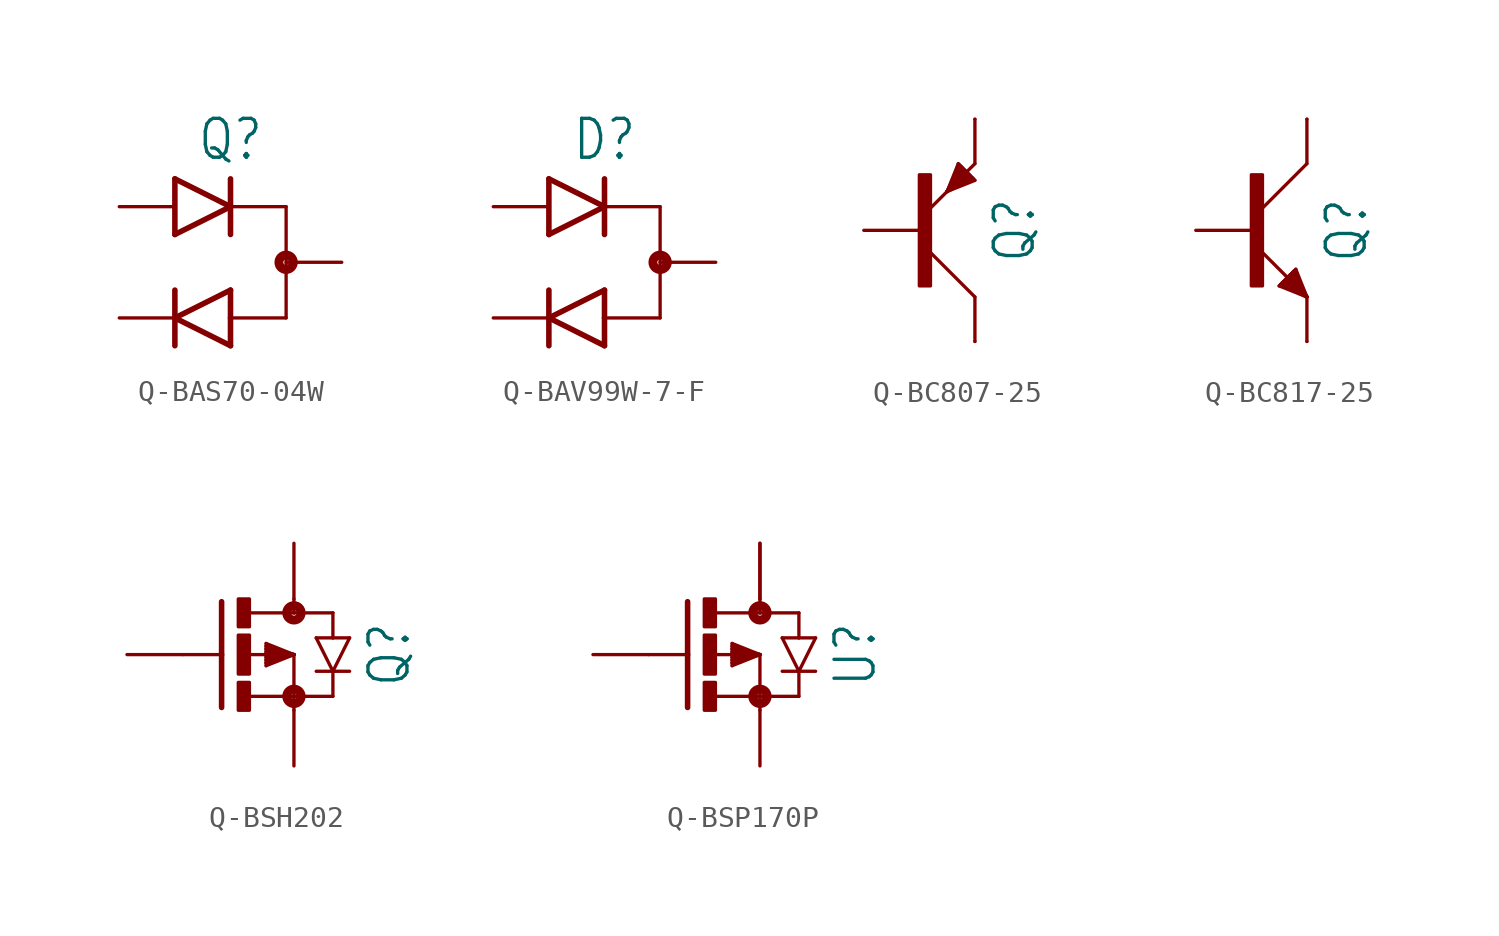
<source format=kicad_sym>
(kicad_symbol_lib
  (version 20231120)
  (generator "kicad_symbol_editor")
  (generator_version "8.0")
  (symbol "Q-BAS70-04W"
    (property "Reference" "Q"
      (at 0 4.572 0)
      (effects (font (size 1.778 1.511)) (justify bottom)))
    (property "Value" ""
      (at -2.54 -0.508 0)
      (effects (font (size 1.778 1.511)) (justify bottom)))
    (property "ki_locked" ""
      (at 0 0 0)
      (effects (font (size 1.27 1.27))))
    (symbol "Q-BAS70-04W_1_0"
      (polyline (pts (xy -2.54 -3.81) (xy -2.54 -2.54)) (stroke (width 0.254) (type solid)) (fill (type none)))
      (polyline (pts (xy -2.54 -2.54) (xy -2.54 -1.27)) (stroke (width 0.254) (type solid)) (fill (type none)))
      (polyline (pts (xy -2.54 -2.54) (xy 0 -3.81)) (stroke (width 0.254) (type solid)) (fill (type none)))
      (polyline (pts (xy -2.54 1.27) (xy 0 2.54)) (stroke (width 0.254) (type solid)) (fill (type none)))
      (polyline (pts (xy -2.54 3.81) (xy -2.54 1.27)) (stroke (width 0.254) (type solid)) (fill (type none)))
      (polyline (pts (xy 0 -3.81) (xy 0 -2.54)) (stroke (width 0.254) (type solid)) (fill (type none)))
      (polyline (pts (xy 0 -2.54) (xy 0 -1.27)) (stroke (width 0.254) (type solid)) (fill (type none)))
      (polyline (pts (xy 0 -2.54) (xy 2.54 -2.54)) (stroke (width 0.152) (type solid)) (fill (type none)))
      (polyline (pts (xy 0 -1.27) (xy -2.54 -2.54)) (stroke (width 0.254) (type solid)) (fill (type none)))
      (polyline (pts (xy 0 2.54) (xy -2.54 3.81)) (stroke (width 0.254) (type solid)) (fill (type none)))
      (polyline (pts (xy 0 2.54) (xy 0 1.27)) (stroke (width 0.254) (type solid)) (fill (type none)))
      (polyline (pts (xy 0 2.54) (xy 2.54 2.54)) (stroke (width 0.152) (type solid)) (fill (type none)))
      (polyline (pts (xy 0 3.81) (xy 0 2.54)) (stroke (width 0.254) (type solid)) (fill (type none)))
      (polyline (pts (xy 2.54 -2.54) (xy 2.54 2.54)) (stroke (width 0.152) (type solid)) (fill (type none)))
      (circle (center 2.54 0) (radius 0.127) (stroke (width 0.406) (type solid)) (fill (type none)))
      (pin passive line (at -5.08 2.54 0) (length 2.54) (name "A1" (effects (font (size 0 0)))) (number "1" (effects (font (size 0 0)))))
      (pin passive line (at -5.08 -2.54 0) (length 2.54) (name "K2" (effects (font (size 0 0)))) (number "2" (effects (font (size 0 0)))))
      (pin passive line (at 5.08 0 180) (length 2.54) (name "C" (effects (font (size 0 0)))) (number "3" (effects (font (size 0 0)))))))
  (symbol "Q-BAV99W-7-F"
    (property "Reference" "D"
      (at 0 4.572 0)
      (effects (font (size 1.778 1.511)) (justify bottom)))
    (property "Value" ""
      (at -2.54 -0.508 0)
      (effects (font (size 1.778 1.511)) (justify bottom)))
    (property "ki_locked" ""
      (at 0 0 0)
      (effects (font (size 1.27 1.27))))
    (symbol "Q-BAV99W-7-F_1_0"
      (polyline (pts (xy -2.54 -3.81) (xy -2.54 -2.54)) (stroke (width 0.254) (type solid)) (fill (type none)))
      (polyline (pts (xy -2.54 -2.54) (xy -2.54 -1.27)) (stroke (width 0.254) (type solid)) (fill (type none)))
      (polyline (pts (xy -2.54 -2.54) (xy 0 -3.81)) (stroke (width 0.254) (type solid)) (fill (type none)))
      (polyline (pts (xy -2.54 1.27) (xy 0 2.54)) (stroke (width 0.254) (type solid)) (fill (type none)))
      (polyline (pts (xy -2.54 3.81) (xy -2.54 1.27)) (stroke (width 0.254) (type solid)) (fill (type none)))
      (polyline (pts (xy 0 -3.81) (xy 0 -2.54)) (stroke (width 0.254) (type solid)) (fill (type none)))
      (polyline (pts (xy 0 -2.54) (xy 0 -1.27)) (stroke (width 0.254) (type solid)) (fill (type none)))
      (polyline (pts (xy 0 -2.54) (xy 2.54 -2.54)) (stroke (width 0.152) (type solid)) (fill (type none)))
      (polyline (pts (xy 0 -1.27) (xy -2.54 -2.54)) (stroke (width 0.254) (type solid)) (fill (type none)))
      (polyline (pts (xy 0 2.54) (xy -2.54 3.81)) (stroke (width 0.254) (type solid)) (fill (type none)))
      (polyline (pts (xy 0 2.54) (xy 0 1.27)) (stroke (width 0.254) (type solid)) (fill (type none)))
      (polyline (pts (xy 0 2.54) (xy 2.54 2.54)) (stroke (width 0.152) (type solid)) (fill (type none)))
      (polyline (pts (xy 0 3.81) (xy 0 2.54)) (stroke (width 0.254) (type solid)) (fill (type none)))
      (polyline (pts (xy 2.54 -2.54) (xy 2.54 2.54)) (stroke (width 0.152) (type solid)) (fill (type none)))
      (circle (center 2.54 0) (radius 0.127) (stroke (width 0.406) (type solid)) (fill (type none)))
      (pin passive line (at -5.08 2.54 0) (length 2.54) (name "A1" (effects (font (size 0 0)))) (number "1" (effects (font (size 0 0)))))
      (pin passive line (at -5.08 -2.54 0) (length 2.54) (name "K2" (effects (font (size 0 0)))) (number "2" (effects (font (size 0 0)))))
      (pin passive line (at 5.08 0 180) (length 2.54) (name "C" (effects (font (size 0 0)))) (number "3" (effects (font (size 0 0)))))))
  (symbol "Q-BC807-25"
    (property "Reference" "Q"
      (at 3.302 0 90)
      (effects (font (size 1.778 1.511)) (justify top)))
    (property "Value" ""
      (at 5.842 0 90)
      (effects (font (size 1.778 1.511)) (justify top)))
    (property "ki_locked" ""
      (at 0 0 0)
      (effects (font (size 1.27 1.27))))
    (symbol "Q-BC807-25_1_0"
      (rectangle (start 0 -2.54) (end 0.508 2.54) (stroke (width 0) (type default)) (fill (type outline)))
      (polyline (pts (xy 1.27 1.778) (xy 0.254 0.762)) (stroke (width 0.152) (type solid)) (fill (type none)))
      (polyline (pts (xy 1.27 1.778) (xy 1.778 3.048)) (stroke (width 0.152) (type solid)) (fill (type none)))
      (polyline (pts (xy 1.27 1.778) (xy 1.841 2.985)) (stroke (width 0.152) (type solid)) (fill (type none)))
      (polyline (pts (xy 1.27 1.778) (xy 1.905 2.921)) (stroke (width 0.152) (type solid)) (fill (type none)))
      (polyline (pts (xy 1.27 1.778) (xy 1.968 2.857)) (stroke (width 0.152) (type solid)) (fill (type none)))
      (polyline (pts (xy 1.27 1.778) (xy 2.032 2.794)) (stroke (width 0.152) (type solid)) (fill (type none)))
      (polyline (pts (xy 1.27 1.778) (xy 2.095 2.731)) (stroke (width 0.152) (type solid)) (fill (type none)))
      (polyline (pts (xy 1.27 1.778) (xy 2.223 2.603)) (stroke (width 0.152) (type solid)) (fill (type none)))
      (polyline (pts (xy 1.27 1.778) (xy 2.286 2.54)) (stroke (width 0.152) (type solid)) (fill (type none)))
      (polyline (pts (xy 1.27 1.778) (xy 2.349 2.477)) (stroke (width 0.152) (type solid)) (fill (type none)))
      (polyline (pts (xy 1.27 1.778) (xy 2.413 2.413)) (stroke (width 0.152) (type solid)) (fill (type none)))
      (polyline (pts (xy 1.27 1.778) (xy 2.477 2.349)) (stroke (width 0.152) (type solid)) (fill (type none)))
      (polyline (pts (xy 1.778 3.048) (xy 1.841 2.985)) (stroke (width 0.152) (type solid)) (fill (type none)))
      (polyline (pts (xy 1.841 2.985) (xy 1.905 2.921)) (stroke (width 0.152) (type solid)) (fill (type none)))
      (polyline (pts (xy 1.905 2.921) (xy 1.968 2.857)) (stroke (width 0.152) (type solid)) (fill (type none)))
      (polyline (pts (xy 1.968 2.857) (xy 2.032 2.794)) (stroke (width 0.152) (type solid)) (fill (type none)))
      (polyline (pts (xy 2.032 2.794) (xy 2.095 2.731)) (stroke (width 0.152) (type solid)) (fill (type none)))
      (polyline (pts (xy 2.095 2.731) (xy 2.223 2.603)) (stroke (width 0.152) (type solid)) (fill (type none)))
      (polyline (pts (xy 2.223 2.603) (xy 2.286 2.54)) (stroke (width 0.152) (type solid)) (fill (type none)))
      (polyline (pts (xy 2.286 2.54) (xy 2.349 2.477)) (stroke (width 0.152) (type solid)) (fill (type none)))
      (polyline (pts (xy 2.349 2.477) (xy 2.413 2.413)) (stroke (width 0.152) (type solid)) (fill (type none)))
      (polyline (pts (xy 2.413 2.413) (xy 2.477 2.349)) (stroke (width 0.152) (type solid)) (fill (type none)))
      (polyline (pts (xy 2.477 2.349) (xy 2.54 2.286)) (stroke (width 0.152) (type solid)) (fill (type none)))
      (polyline (pts (xy 2.54 -5.08) (xy 2.54 -3.048)) (stroke (width 0.152) (type solid)) (fill (type none)))
      (polyline (pts (xy 2.54 -3.048) (xy 0.254 -0.762)) (stroke (width 0.152) (type solid)) (fill (type none)))
      (polyline (pts (xy 2.54 2.286) (xy 1.27 1.778)) (stroke (width 0.152) (type solid)) (fill (type none)))
      (polyline (pts (xy 2.54 3.048) (xy 1.27 1.778)) (stroke (width 0.152) (type solid)) (fill (type none)))
      (polyline (pts (xy 2.54 5.08) (xy 2.54 3.048)) (stroke (width 0.152) (type solid)) (fill (type none)))
      (pin passive line (at -2.54 0 0) (length 2.54) (name "B" (effects (font (size 0 0)))) (number "1" (effects (font (size 0 0)))))
      (pin passive line (at 2.54 5.08 270) (length 0) (name "E" (effects (font (size 0 0)))) (number "2" (effects (font (size 0 0)))))
      (pin passive line (at 2.54 -5.08 90) (length 0) (name "C" (effects (font (size 0 0)))) (number "3" (effects (font (size 0 0)))))))
  (symbol "Q-BC817-25"
    (property "Reference" "Q"
      (at 3.302 0 90)
      (effects (font (size 1.778 1.511)) (justify top)))
    (property "Value" ""
      (at 5.842 0 90)
      (effects (font (size 1.778 1.511)) (justify top)))
    (property "ki_locked" ""
      (at 0 0 0)
      (effects (font (size 1.27 1.27))))
    (symbol "Q-BC817-25_1_0"
      (rectangle (start 0 -2.54) (end 0.508 2.54) (stroke (width 0) (type default)) (fill (type outline)))
      (polyline (pts (xy 1.27 -2.54) (xy 2.54 -3.048)) (stroke (width 0.152) (type solid)) (fill (type none)))
      (polyline (pts (xy 1.333 -2.477) (xy 1.27 -2.54)) (stroke (width 0.152) (type solid)) (fill (type none)))
      (polyline (pts (xy 1.397 -2.413) (xy 1.333 -2.477)) (stroke (width 0.152) (type solid)) (fill (type none)))
      (polyline (pts (xy 1.46 -2.349) (xy 1.397 -2.413)) (stroke (width 0.152) (type solid)) (fill (type none)))
      (polyline (pts (xy 1.524 -2.286) (xy 1.46 -2.349)) (stroke (width 0.152) (type solid)) (fill (type none)))
      (polyline (pts (xy 1.587 -2.223) (xy 1.524 -2.286)) (stroke (width 0.152) (type solid)) (fill (type none)))
      (polyline (pts (xy 1.714 -2.095) (xy 1.587 -2.223)) (stroke (width 0.152) (type solid)) (fill (type none)))
      (polyline (pts (xy 1.778 -2.032) (xy 1.714 -2.095)) (stroke (width 0.152) (type solid)) (fill (type none)))
      (polyline (pts (xy 1.841 -1.968) (xy 1.778 -2.032)) (stroke (width 0.152) (type solid)) (fill (type none)))
      (polyline (pts (xy 1.905 -1.905) (xy 1.841 -1.968)) (stroke (width 0.152) (type solid)) (fill (type none)))
      (polyline (pts (xy 1.968 -1.841) (xy 1.905 -1.905)) (stroke (width 0.152) (type solid)) (fill (type none)))
      (polyline (pts (xy 2.032 -1.778) (xy 1.968 -1.841)) (stroke (width 0.152) (type solid)) (fill (type none)))
      (polyline (pts (xy 2.54 -5.08) (xy 2.54 -3.048)) (stroke (width 0.152) (type solid)) (fill (type none)))
      (polyline (pts (xy 2.54 -3.048) (xy 0.254 -0.762)) (stroke (width 0.152) (type solid)) (fill (type none)))
      (polyline (pts (xy 2.54 -3.048) (xy 1.333 -2.477)) (stroke (width 0.152) (type solid)) (fill (type none)))
      (polyline (pts (xy 2.54 -3.048) (xy 1.397 -2.413)) (stroke (width 0.152) (type solid)) (fill (type none)))
      (polyline (pts (xy 2.54 -3.048) (xy 1.46 -2.349)) (stroke (width 0.152) (type solid)) (fill (type none)))
      (polyline (pts (xy 2.54 -3.048) (xy 1.524 -2.286)) (stroke (width 0.152) (type solid)) (fill (type none)))
      (polyline (pts (xy 2.54 -3.048) (xy 1.587 -2.223)) (stroke (width 0.152) (type solid)) (fill (type none)))
      (polyline (pts (xy 2.54 -3.048) (xy 1.714 -2.095)) (stroke (width 0.152) (type solid)) (fill (type none)))
      (polyline (pts (xy 2.54 -3.048) (xy 1.778 -2.032)) (stroke (width 0.152) (type solid)) (fill (type none)))
      (polyline (pts (xy 2.54 -3.048) (xy 1.841 -1.968)) (stroke (width 0.152) (type solid)) (fill (type none)))
      (polyline (pts (xy 2.54 -3.048) (xy 1.905 -1.905)) (stroke (width 0.152) (type solid)) (fill (type none)))
      (polyline (pts (xy 2.54 -3.048) (xy 1.968 -1.841)) (stroke (width 0.152) (type solid)) (fill (type none)))
      (polyline (pts (xy 2.54 -3.048) (xy 2.032 -1.778)) (stroke (width 0.152) (type solid)) (fill (type none)))
      (polyline (pts (xy 2.54 3.048) (xy 0.254 0.762)) (stroke (width 0.152) (type solid)) (fill (type none)))
      (polyline (pts (xy 2.54 5.08) (xy 2.54 3.048)) (stroke (width 0.152) (type solid)) (fill (type none)))
      (pin passive line (at -2.54 0 0) (length 2.54) (name "B" (effects (font (size 0 0)))) (number "1" (effects (font (size 0 0)))))
      (pin passive line (at 2.54 -5.08 90) (length 0) (name "E" (effects (font (size 0 0)))) (number "2" (effects (font (size 0 0)))))
      (pin passive line (at 2.54 5.08 270) (length 0) (name "C" (effects (font (size 0 0)))) (number "3" (effects (font (size 0 0)))))))
  (symbol "Q-BSH202"
    (property "Reference" "Q"
      (at 5.842 0 90)
      (effects (font (size 1.778 1.511)) (justify top)))
    (property "Value" ""
      (at 8.382 0 90)
      (effects (font (size 1.778 1.511)) (justify top)))
    (property "ki_locked" ""
      (at 0 0 0)
      (effects (font (size 1.27 1.27))))
    (symbol "Q-BSH202_1_0"
      (rectangle (start 0 -2.54) (end 0.508 -1.27) (stroke (width 0) (type default)) (fill (type outline)))
      (rectangle (start 0 -0.889) (end 0.508 0.889) (stroke (width 0) (type default)) (fill (type outline)))
      (polyline (pts (xy -0.762 0) (xy -2.54 0)) (stroke (width 0.152) (type solid)) (fill (type none)))
      (polyline (pts (xy -0.762 0) (xy -0.762 -2.413)) (stroke (width 0.254) (type solid)) (fill (type none)))
      (polyline (pts (xy -0.762 2.413) (xy -0.762 0)) (stroke (width 0.254) (type solid)) (fill (type none)))
      (polyline (pts (xy 0.508 -1.905) (xy 2.54 -1.905)) (stroke (width 0.152) (type solid)) (fill (type none)))
      (polyline (pts (xy 1.27 -0.508) (xy 2.54 0)) (stroke (width 0.152) (type solid)) (fill (type none)))
      (polyline (pts (xy 1.27 -0.381) (xy 1.27 -0.508)) (stroke (width 0.152) (type solid)) (fill (type none)))
      (polyline (pts (xy 1.27 -0.254) (xy 1.27 -0.381)) (stroke (width 0.152) (type solid)) (fill (type none)))
      (polyline (pts (xy 1.27 -0.127) (xy 1.27 -0.254)) (stroke (width 0.152) (type solid)) (fill (type none)))
      (polyline (pts (xy 1.27 0.127) (xy 1.27 -0.127)) (stroke (width 0.152) (type solid)) (fill (type none)))
      (polyline (pts (xy 1.27 0.254) (xy 1.27 0.127)) (stroke (width 0.152) (type solid)) (fill (type none)))
      (polyline (pts (xy 1.27 0.381) (xy 1.27 0.254)) (stroke (width 0.152) (type solid)) (fill (type none)))
      (polyline (pts (xy 1.27 0.508) (xy 1.27 0.381)) (stroke (width 0.152) (type solid)) (fill (type none)))
      (polyline (pts (xy 1.27 0.508) (xy 2.54 0)) (stroke (width 0.152) (type solid)) (fill (type none)))
      (polyline (pts (xy 2.54 -1.905) (xy 2.54 -2.54)) (stroke (width 0.152) (type solid)) (fill (type none)))
      (polyline (pts (xy 2.54 0) (xy 0.508 0)) (stroke (width 0.152) (type solid)) (fill (type none)))
      (polyline (pts (xy 2.54 0) (xy 1.27 -0.381)) (stroke (width 0.152) (type solid)) (fill (type none)))
      (polyline (pts (xy 2.54 0) (xy 1.27 -0.254)) (stroke (width 0.152) (type solid)) (fill (type none)))
      (polyline (pts (xy 2.54 0) (xy 1.27 -0.127)) (stroke (width 0.152) (type solid)) (fill (type none)))
      (polyline (pts (xy 2.54 0) (xy 1.27 0.127)) (stroke (width 0.152) (type solid)) (fill (type none)))
      (polyline (pts (xy 2.54 0) (xy 1.27 0.254)) (stroke (width 0.152) (type solid)) (fill (type none)))
      (polyline (pts (xy 2.54 0) (xy 1.27 0.381)) (stroke (width 0.152) (type solid)) (fill (type none)))
      (polyline (pts (xy 2.54 0) (xy 2.54 -1.905)) (stroke (width 0.152) (type solid)) (fill (type none)))
      (polyline (pts (xy 2.54 1.905) (xy 0.533 1.905)) (stroke (width 0.152) (type solid)) (fill (type none)))
      (polyline (pts (xy 2.54 2.54) (xy 2.54 1.905)) (stroke (width 0.152) (type solid)) (fill (type none)))
      (polyline (pts (xy 3.556 0.762) (xy 4.318 -0.762)) (stroke (width 0.152) (type solid)) (fill (type none)))
      (polyline (pts (xy 4.318 -1.905) (xy 2.54 -1.905)) (stroke (width 0.152) (type solid)) (fill (type none)))
      (polyline (pts (xy 4.318 -1.905) (xy 4.318 -0.762)) (stroke (width 0.152) (type solid)) (fill (type none)))
      (polyline (pts (xy 4.318 -0.762) (xy 3.556 -0.762)) (stroke (width 0.152) (type solid)) (fill (type none)))
      (polyline (pts (xy 4.318 -0.762) (xy 5.08 0.762)) (stroke (width 0.152) (type solid)) (fill (type none)))
      (polyline (pts (xy 4.318 0.762) (xy 3.556 0.762)) (stroke (width 0.152) (type solid)) (fill (type none)))
      (polyline (pts (xy 4.318 1.905) (xy 2.54 1.905)) (stroke (width 0.152) (type solid)) (fill (type none)))
      (polyline (pts (xy 4.318 1.905) (xy 4.318 0.762)) (stroke (width 0.152) (type solid)) (fill (type none)))
      (polyline (pts (xy 5.08 -0.762) (xy 4.318 -0.762)) (stroke (width 0.152) (type solid)) (fill (type none)))
      (polyline (pts (xy 5.08 0.762) (xy 4.318 0.762)) (stroke (width 0.152) (type solid)) (fill (type none)))
      (rectangle (start 0 1.27) (end 0.508 2.54) (stroke (width 0) (type default)) (fill (type outline)))
      (circle (center 2.54 -1.905) (radius 0.127) (stroke (width 0.406) (type solid)) (fill (type none)))
      (circle (center 2.54 1.905) (radius 0.127) (stroke (width 0.406) (type solid)) (fill (type none)))
      (pin passive line (at -5.08 0 0) (length 2.54) (name "G" (effects (font (size 0 0)))) (number "1" (effects (font (size 0 0)))))
      (pin passive line (at 2.54 -5.08 90) (length 2.54) (name "S" (effects (font (size 0 0)))) (number "2" (effects (font (size 0 0)))))
      (pin passive line (at 2.54 5.08 270) (length 2.54) (name "D" (effects (font (size 0 0)))) (number "3" (effects (font (size 0 0)))))))
  (symbol "Q-BSP170P"
    (property "Reference" "U"
      (at 5.842 0 90)
      (effects (font (size 1.778 1.511)) (justify top)))
    (property "Value" ""
      (at 8.382 0 90)
      (effects (font (size 1.778 1.511)) (justify top)))
    (property "ki_locked" ""
      (at 0 0 0)
      (effects (font (size 1.27 1.27))))
    (symbol "Q-BSP170P_1_0"
      (rectangle (start 0 -2.54) (end 0.508 -1.27) (stroke (width 0) (type default)) (fill (type outline)))
      (rectangle (start 0 -0.889) (end 0.508 0.889) (stroke (width 0) (type default)) (fill (type outline)))
      (polyline (pts (xy -0.762 0) (xy -2.54 0)) (stroke (width 0.152) (type solid)) (fill (type none)))
      (polyline (pts (xy -0.762 0) (xy -0.762 -2.413)) (stroke (width 0.254) (type solid)) (fill (type none)))
      (polyline (pts (xy -0.762 2.413) (xy -0.762 0)) (stroke (width 0.254) (type solid)) (fill (type none)))
      (polyline (pts (xy 0.508 -1.905) (xy 2.54 -1.905)) (stroke (width 0.152) (type solid)) (fill (type none)))
      (polyline (pts (xy 1.27 -0.508) (xy 2.54 0)) (stroke (width 0.152) (type solid)) (fill (type none)))
      (polyline (pts (xy 1.27 -0.381) (xy 1.27 -0.508)) (stroke (width 0.152) (type solid)) (fill (type none)))
      (polyline (pts (xy 1.27 -0.254) (xy 1.27 -0.381)) (stroke (width 0.152) (type solid)) (fill (type none)))
      (polyline (pts (xy 1.27 -0.127) (xy 1.27 -0.254)) (stroke (width 0.152) (type solid)) (fill (type none)))
      (polyline (pts (xy 1.27 0.127) (xy 1.27 -0.127)) (stroke (width 0.152) (type solid)) (fill (type none)))
      (polyline (pts (xy 1.27 0.254) (xy 1.27 0.127)) (stroke (width 0.152) (type solid)) (fill (type none)))
      (polyline (pts (xy 1.27 0.381) (xy 1.27 0.254)) (stroke (width 0.152) (type solid)) (fill (type none)))
      (polyline (pts (xy 1.27 0.508) (xy 1.27 0.381)) (stroke (width 0.152) (type solid)) (fill (type none)))
      (polyline (pts (xy 1.27 0.508) (xy 2.54 0)) (stroke (width 0.152) (type solid)) (fill (type none)))
      (polyline (pts (xy 2.54 -1.905) (xy 2.54 -2.54)) (stroke (width 0.152) (type solid)) (fill (type none)))
      (polyline (pts (xy 2.54 0) (xy 0.508 0)) (stroke (width 0.152) (type solid)) (fill (type none)))
      (polyline (pts (xy 2.54 0) (xy 1.27 -0.381)) (stroke (width 0.152) (type solid)) (fill (type none)))
      (polyline (pts (xy 2.54 0) (xy 1.27 -0.254)) (stroke (width 0.152) (type solid)) (fill (type none)))
      (polyline (pts (xy 2.54 0) (xy 1.27 -0.127)) (stroke (width 0.152) (type solid)) (fill (type none)))
      (polyline (pts (xy 2.54 0) (xy 1.27 0.127)) (stroke (width 0.152) (type solid)) (fill (type none)))
      (polyline (pts (xy 2.54 0) (xy 1.27 0.254)) (stroke (width 0.152) (type solid)) (fill (type none)))
      (polyline (pts (xy 2.54 0) (xy 1.27 0.381)) (stroke (width 0.152) (type solid)) (fill (type none)))
      (polyline (pts (xy 2.54 0) (xy 2.54 -1.905)) (stroke (width 0.152) (type solid)) (fill (type none)))
      (polyline (pts (xy 2.54 1.905) (xy 0.533 1.905)) (stroke (width 0.152) (type solid)) (fill (type none)))
      (polyline (pts (xy 2.54 2.54) (xy 2.54 1.905)) (stroke (width 0.152) (type solid)) (fill (type none)))
      (polyline (pts (xy 3.556 0.762) (xy 4.318 -0.762)) (stroke (width 0.152) (type solid)) (fill (type none)))
      (polyline (pts (xy 4.318 -1.905) (xy 2.54 -1.905)) (stroke (width 0.152) (type solid)) (fill (type none)))
      (polyline (pts (xy 4.318 -1.905) (xy 4.318 -0.762)) (stroke (width 0.152) (type solid)) (fill (type none)))
      (polyline (pts (xy 4.318 -0.762) (xy 3.556 -0.762)) (stroke (width 0.152) (type solid)) (fill (type none)))
      (polyline (pts (xy 4.318 -0.762) (xy 5.08 0.762)) (stroke (width 0.152) (type solid)) (fill (type none)))
      (polyline (pts (xy 4.318 0.762) (xy 3.556 0.762)) (stroke (width 0.152) (type solid)) (fill (type none)))
      (polyline (pts (xy 4.318 1.905) (xy 2.54 1.905)) (stroke (width 0.152) (type solid)) (fill (type none)))
      (polyline (pts (xy 4.318 1.905) (xy 4.318 0.762)) (stroke (width 0.152) (type solid)) (fill (type none)))
      (polyline (pts (xy 5.08 -0.762) (xy 4.318 -0.762)) (stroke (width 0.152) (type solid)) (fill (type none)))
      (polyline (pts (xy 5.08 0.762) (xy 4.318 0.762)) (stroke (width 0.152) (type solid)) (fill (type none)))
      (rectangle (start 0 1.27) (end 0.508 2.54) (stroke (width 0) (type default)) (fill (type outline)))
      (circle (center 2.54 -1.905) (radius 0.127) (stroke (width 0.406) (type solid)) (fill (type none)))
      (circle (center 2.54 1.905) (radius 0.127) (stroke (width 0.406) (type solid)) (fill (type none)))
      (pin passive line (at -5.08 0 0) (length 2.54) (name "G" (effects (font (size 0 0)))) (number "1" (effects (font (size 0 0)))))
      (pin passive line (at 2.54 5.08 270) (length 2.54) (name "D" (effects (font (size 0 0)))) (number "2" (effects (font (size 0 0)))))
      (pin passive line (at 2.54 -5.08 90) (length 2.54) (name "S" (effects (font (size 0 0)))) (number "3" (effects (font (size 0 0)))))
      (pin passive line (at 2.54 5.08 270) (length 2.54) (name "D" (effects (font (size 0 0)))) (number "4" (effects (font (size 0 0))))))))
</source>
